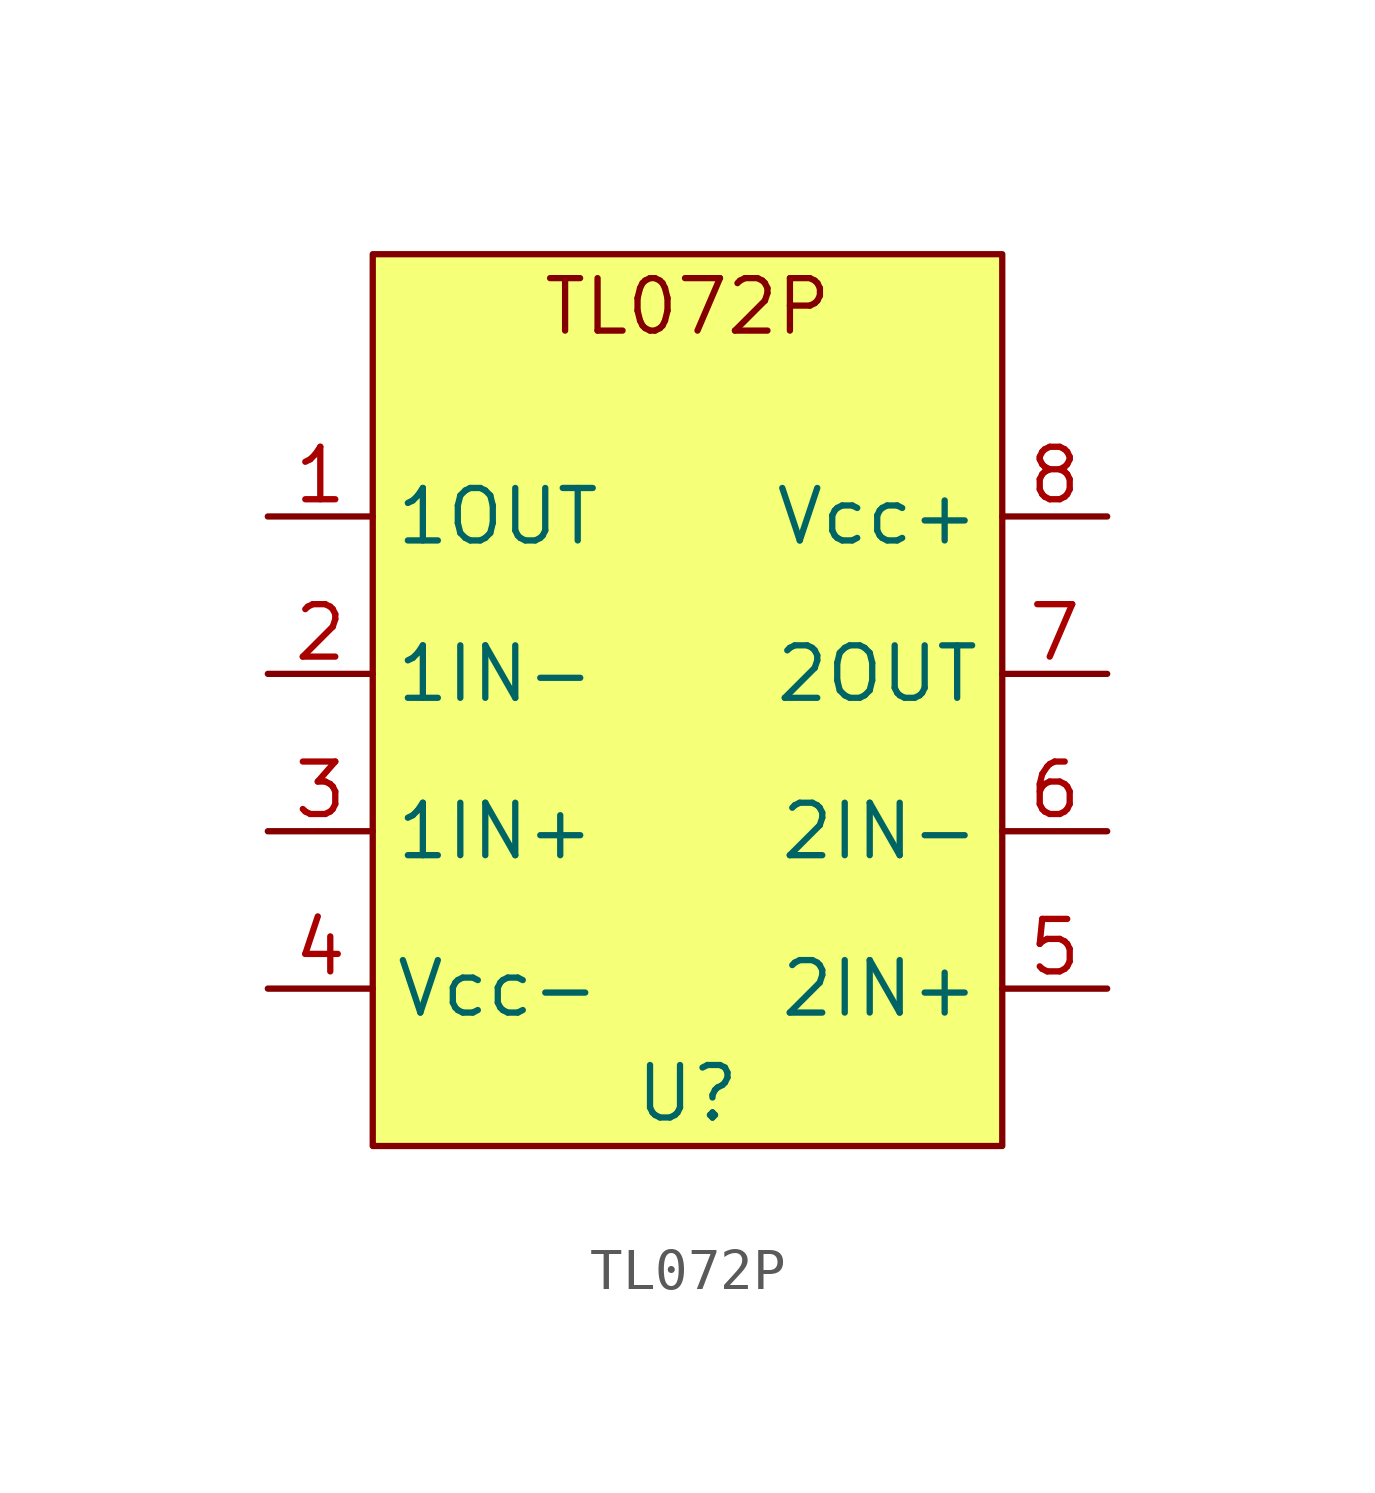
<source format=kicad_sym>
(kicad_symbol_lib
  (version 20220914)
  (generator kicad_symbol_editor)
  (symbol "TL072P"
    (property "Reference" "U"
      (at 0 6.35 0)
      (effects (font (size 1.27 1.27))))
    (property "Value" ""
      (at 0 6.35 0)
      (effects (font (size 1.27 1.27))))
    (symbol "TL072P_1_1"
      (text "TL072P\n" (at 0 25.4 0) (effects (font (size 1.27 1.27))))
      (text_box "" (at -7.62 26.67 0) (size 15.24 -21.59) (stroke (width 0) (type default)) (fill (type color) (color 245 255 120 1)) (effects (font (size 1.27 1.27)) (justify left top)))
      (pin output line (at -10.16 20.32 0) (length 2.54) (name "1OUT" (effects (font (size 1.27 1.27)))) (number "1" (effects (font (size 1.27 1.27)))))
      (pin input line (at -10.16 16.51 0) (length 2.54) (name "1IN-" (effects (font (size 1.27 1.27)))) (number "2" (effects (font (size 1.27 1.27)))))
      (pin input line (at -10.16 12.7 0) (length 2.54) (name "1IN+" (effects (font (size 1.27 1.27)))) (number "3" (effects (font (size 1.27 1.27)))))
      (pin power_in line (at -10.16 8.89 0) (length 2.54) (name "Vcc-" (effects (font (size 1.27 1.27)))) (number "4" (effects (font (size 1.27 1.27)))))
      (pin input line (at 10.16 8.89 180) (length 2.54) (name "2IN+" (effects (font (size 1.27 1.27)))) (number "5" (effects (font (size 1.27 1.27)))))
      (pin input line (at 10.16 12.7 180) (length 2.54) (name "2IN-" (effects (font (size 1.27 1.27)))) (number "6" (effects (font (size 1.27 1.27)))))
      (pin output line (at 10.16 16.51 180) (length 2.54) (name "2OUT" (effects (font (size 1.27 1.27)))) (number "7" (effects (font (size 1.27 1.27)))))
      (pin power_in line (at 10.16 20.32 180) (length 2.54) (name "Vcc+" (effects (font (size 1.27 1.27)))) (number "8" (effects (font (size 1.27 1.27))))))))
</source>
